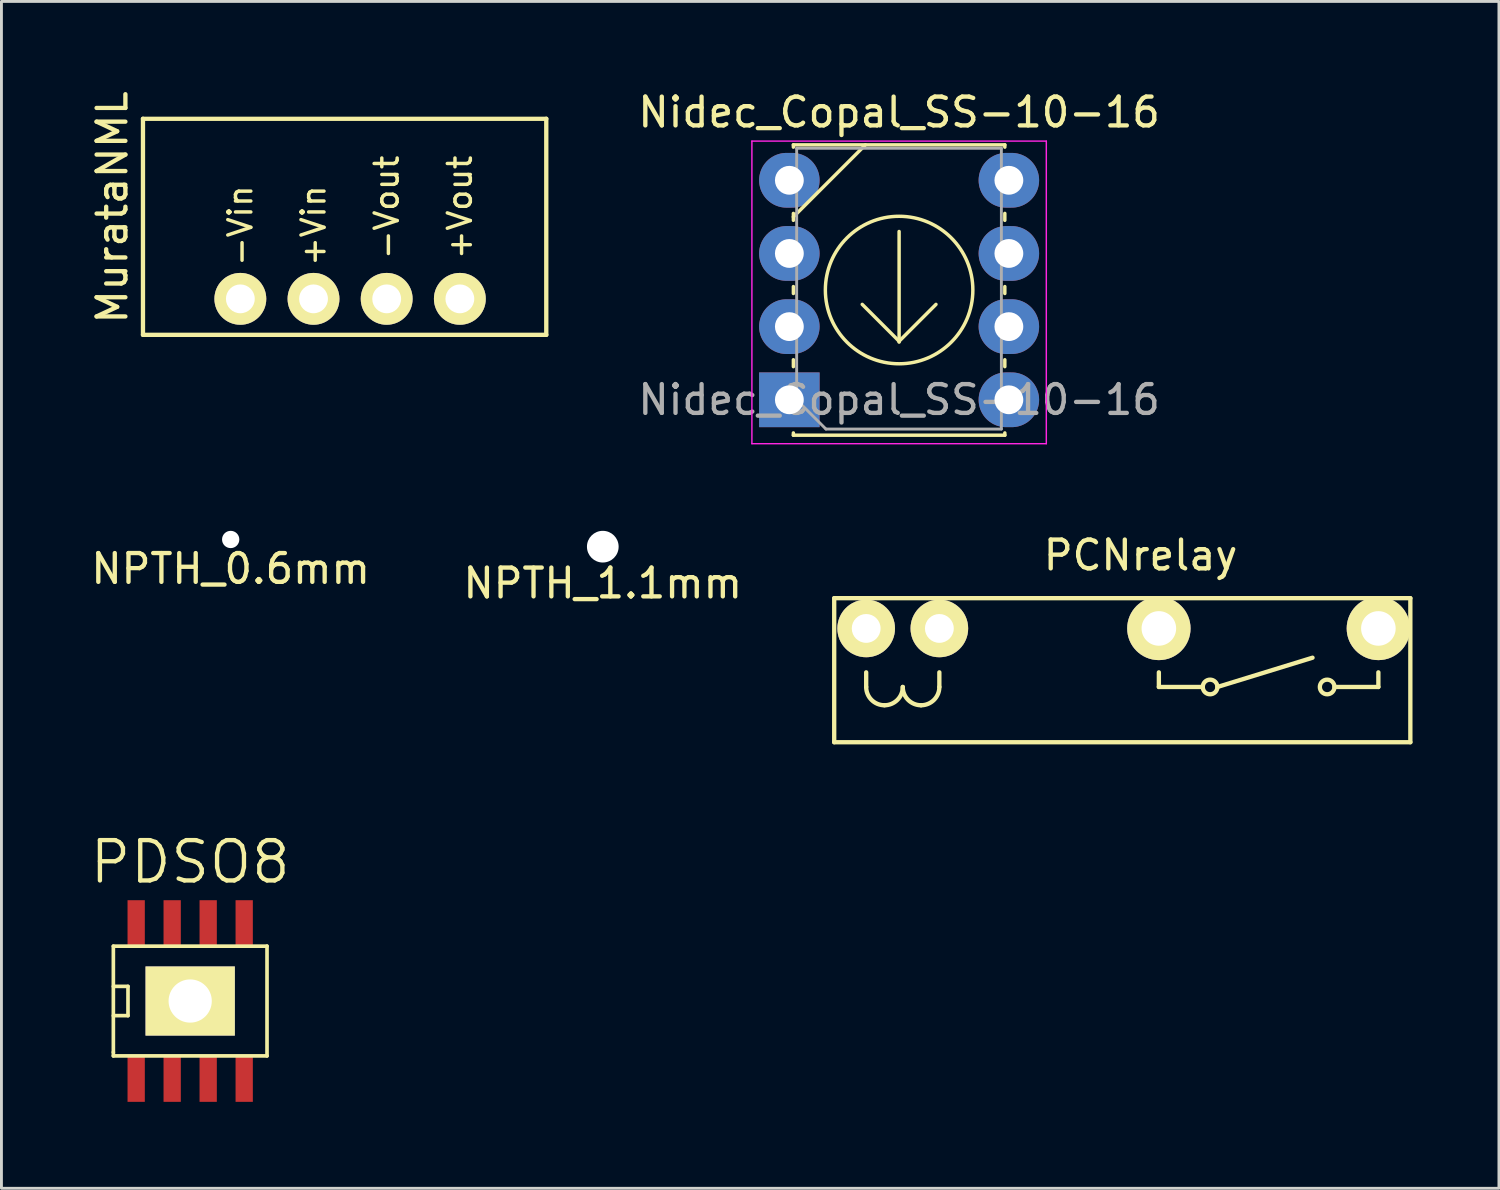
<source format=kicad_pcb>
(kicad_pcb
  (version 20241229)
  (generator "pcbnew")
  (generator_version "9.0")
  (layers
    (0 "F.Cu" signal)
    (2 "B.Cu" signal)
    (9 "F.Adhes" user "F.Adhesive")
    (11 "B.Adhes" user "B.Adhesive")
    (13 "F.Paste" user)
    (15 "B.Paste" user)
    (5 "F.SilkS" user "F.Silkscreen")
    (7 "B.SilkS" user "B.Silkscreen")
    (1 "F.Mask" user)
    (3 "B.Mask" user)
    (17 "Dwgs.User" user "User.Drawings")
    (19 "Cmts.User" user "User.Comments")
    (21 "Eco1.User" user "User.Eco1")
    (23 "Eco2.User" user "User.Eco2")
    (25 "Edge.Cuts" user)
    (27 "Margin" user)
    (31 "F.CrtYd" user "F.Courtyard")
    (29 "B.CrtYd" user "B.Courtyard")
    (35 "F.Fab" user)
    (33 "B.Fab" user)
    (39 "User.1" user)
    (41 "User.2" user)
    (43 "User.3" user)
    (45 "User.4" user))
  (footprint "PCNrelay"
    (layer "F.Cu")
    (at 27.018 18.765)
    (property "Reference" "PCNrelay" (at 9.525 -2.54 0) (layer "F.SilkS") (effects (font (size 1 1) (thickness 0.15))))
    (attr through_hole)
    (fp_line (start -1.11 -1.05) (end 18.89 -1.05) (stroke (width 0.15) (type solid)) (layer "F.SilkS"))
    (fp_line (start -1.11 3.95) (end -1.11 -1.05) (stroke (width 0.15) (type solid)) (layer "F.SilkS"))
    (fp_line (start 0 1.524) (end 0 2.032) (stroke (width 0.15) (type solid)) (layer "F.SilkS"))
    (fp_line (start 2.54 1.524) (end 2.54 2.032) (stroke (width 0.15) (type solid)) (layer "F.SilkS"))
    (fp_line (start 10.16 1.524) (end 10.16 2.032) (stroke (width 0.15) (type solid)) (layer "F.SilkS"))
    (fp_line (start 11.684 2.032) (end 10.16 2.032) (stroke (width 0.15) (type solid)) (layer "F.SilkS"))
    (fp_line (start 12.192 2.032) (end 15.494 1.016) (stroke (width 0.15) (type solid)) (layer "F.SilkS"))
    (fp_line (start 17.78 2.032) (end 16.256 2.032) (stroke (width 0.15) (type solid)) (layer "F.SilkS"))
    (fp_line (start 17.78 2.032) (end 17.78 1.524) (stroke (width 0.15) (type solid)) (layer "F.SilkS"))
    (fp_line (start 18.89 -1.05) (end 18.89 3.95) (stroke (width 0.15) (type solid)) (layer "F.SilkS"))
    (fp_line (start 18.89 3.95) (end -1.11 3.95) (stroke (width 0.15) (type solid)) (layer "F.SilkS"))
    (fp_arc (start 0.635 2.667) (mid 0.185987 2.481013) (end 0 2.032) (stroke (width 0.15) (type solid)) (layer "F.SilkS"))
    (fp_arc (start 1.27 2.032) (mid 1.084013 2.481013) (end 0.635 2.667) (stroke (width 0.15) (type solid)) (layer "F.SilkS"))
    (fp_arc (start 1.905 2.667) (mid 1.455987 2.481013) (end 1.27 2.032) (stroke (width 0.15) (type solid)) (layer "F.SilkS"))
    (fp_arc (start 2.54 2.032) (mid 2.354013 2.481013) (end 1.905 2.667) (stroke (width 0.15) (type solid)) (layer "F.SilkS"))
    (fp_circle (center 11.938 2.032) (end 12.192 2.032) (stroke (width 0.15) (type solid)) (fill no) (layer "F.SilkS"))
    (fp_circle (center 16.002 2.032) (end 15.748 2.032) (stroke (width 0.15) (type solid)) (fill no) (layer "F.SilkS"))
    (pad "1" thru_hole circle (at 0 0) (size 2 2) (drill 1) (layers "*.Cu" "*.Mask" "F.SilkS"))
    (pad "2" thru_hole circle (at 2.54 0) (size 2 2) (drill 1) (layers "*.Cu" "*.Mask" "F.SilkS"))
    (pad "3" thru_hole circle (at 10.16 0) (size 2.2 2.2) (drill 1.2) (layers "*.Cu" "*.Mask" "F.SilkS"))
    (pad "4" thru_hole circle (at 17.78 0) (size 2.2 2.2) (drill 1.2) (layers "*.Cu" "*.Mask" "F.SilkS")))
  (footprint "Nidec_Copal_SS-10-16"
    (layer "F.Cu")
    (at 24.351 3.208)
    (property "Reference" "Nidec_Copal_SS-10-16" (at 3.81 -2.36 0) (layer "F.SilkS") (effects (font (size 1 1) (thickness 0.15))))
    (attr through_hole)
    (fp_line (start 0.14 -1.23) (end 7.48 -1.23) (stroke (width 0.12) (type solid)) (layer "F.SilkS"))
    (fp_line (start 0.14 -1.15) (end 0.14 -1.23) (stroke (width 0.12) (type solid)) (layer "F.SilkS"))
    (fp_line (start 0.14 1.15) (end 0.14 1.39) (stroke (width 0.12) (type solid)) (layer "F.SilkS"))
    (fp_line (start 0.14 1.27) (end 2.64 -1.23) (stroke (width 0.12) (type solid)) (layer "F.SilkS"))
    (fp_line (start 0.14 3.69) (end 0.14 3.93) (stroke (width 0.12) (type solid)) (layer "F.SilkS"))
    (fp_line (start 0.14 6.23) (end 0.14 6.47) (stroke (width 0.12) (type solid)) (layer "F.SilkS"))
    (fp_line (start 0.14 8.85) (end 0.14 8.77) (stroke (width 0.12) (type solid)) (layer "F.SilkS"))
    (fp_line (start 0.14 8.85) (end 7.48 8.85) (stroke (width 0.12) (type solid)) (layer "F.SilkS"))
    (fp_line (start 2.53 4.308) (end 3.81 5.588) (stroke (width 0.12) (type solid)) (layer "F.SilkS"))
    (fp_line (start 3.81 1.778) (end 3.81 5.618) (stroke (width 0.12) (type solid)) (layer "F.SilkS"))
    (fp_line (start 3.81 5.588) (end 5.09 4.308) (stroke (width 0.12) (type solid)) (layer "F.SilkS"))
    (fp_line (start 7.48 -1.23) (end 7.48 -1.15) (stroke (width 0.12) (type solid)) (layer "F.SilkS"))
    (fp_line (start 7.48 1.15) (end 7.48 1.39) (stroke (width 0.12) (type solid)) (layer "F.SilkS"))
    (fp_line (start 7.48 3.69) (end 7.48 3.93) (stroke (width 0.12) (type solid)) (layer "F.SilkS"))
    (fp_line (start 7.48 6.47) (end 7.48 6.23) (stroke (width 0.12) (type solid)) (layer "F.SilkS"))
    (fp_line (start 7.48 8.85) (end 7.48 8.77) (stroke (width 0.12) (type solid)) (layer "F.SilkS"))
    (fp_circle (center 3.81 3.81) (end 6.37 3.81) (stroke (width 0.12) (type solid)) (fill no) (layer "F.SilkS"))
    (fp_line (start -1.3 -1.36) (end -1.3 9.144) (stroke (width 0.05) (type solid)) (layer "F.CrtYd"))
    (fp_line (start -1.3 9.144) (end 8.92 9.144) (stroke (width 0.05) (type solid)) (layer "F.CrtYd"))
    (fp_line (start 8.92 -1.36) (end -1.3 -1.36) (stroke (width 0.05) (type solid)) (layer "F.CrtYd"))
    (fp_line (start 8.92 9.144) (end 8.92 -1.36) (stroke (width 0.05) (type solid)) (layer "F.CrtYd"))
    (fp_line (start 0.254 -1.11) (end 7.36 -1.11) (stroke (width 0.1) (type solid)) (layer "F.Fab"))
    (fp_line (start 0.254 7.62) (end 0.254 -1.11) (stroke (width 0.1) (type solid)) (layer "F.Fab"))
    (fp_line (start 1.27 8.636) (end 0.254 7.62) (stroke (width 0.1) (type solid)) (layer "F.Fab"))
    (fp_line (start 7.36 -1.11) (end 7.36 8.636) (stroke (width 0.1) (type solid)) (layer "F.Fab"))
    (fp_line (start 7.36 8.636) (end 1.27 8.636) (stroke (width 0.1) (type solid)) (layer "F.Fab"))
    (fp_text user "${REFERENCE}" (at 3.81 7.62 0) (layer "F.Fab") (effects (font (size 1 1) (thickness 0.15))))
    (pad "1" thru_hole rect (at 0 7.62) (size 2.1 1.9) (drill 1) (layers "*.Cu" "*.Mask"))
    (pad "2" thru_hole oval (at 0 5.08) (size 2.1 1.9) (drill 1) (layers "*.Cu" "*.Mask"))
    (pad "3" thru_hole oval (at 0 2.54) (size 2.1 1.9) (drill 1) (layers "*.Cu" "*.Mask"))
    (pad "4" thru_hole oval (at 0 0) (size 2.1 1.9) (drill 1) (layers "*.Cu" "*.Mask"))
    (pad "5" thru_hole oval (at 7.62 7.62) (size 2.1 1.9) (drill 1) (layers "*.Cu" "*.Mask"))
    (pad "6" thru_hole oval (at 7.62 5.08) (size 2.1 1.9) (drill 1) (layers "*.Cu" "*.Mask"))
    (pad "7" thru_hole oval (at 7.62 2.54) (size 2.1 1.9) (drill 1) (layers "*.Cu" "*.Mask"))
    (pad "8" thru_hole oval (at 7.62 0) (size 2.1 1.9) (drill 1) (layers "*.Cu" "*.Mask")))
  (footprint "NPTH_0.6mm"
    (layer "F.Cu")
    (at 4.958 15.677)
    (property "Reference" "NPTH_0.6mm" (at 0 1.016 0) (layer "F.SilkS") (effects (font (size 1 1) (thickness 0.15))))
    (attr through_hole)
    (pad "" np_thru_hole circle (at 0 0) (size 0.6 0.6) (drill 0.6) (layers "*.Cu" "*.Mask")))
  (footprint "NPTH_1.1mm"
    (layer "F.Cu")
    (at 17.875 15.927)
    (property "Reference" "NPTH_1.1mm" (at 0 1.27 0) (layer "F.SilkS") (effects (font (size 1 1) (thickness 0.15))))
    (attr through_hole)
    (pad "" np_thru_hole circle (at 0 0) (size 1.1 1.1) (drill 1.1) (layers "*.Cu" "*.Mask")))
  (footprint "MurataNML"
    (layer "F.Cu")
    (at 9.103 7.324)
    (property "Reference" "MurataNML" (at -8.255 -3.175 90) (layer "F.SilkS") (effects (font (size 1 1) (thickness 0.15))))
    (attr through_hole)
    (fp_line (start -7.19 -6.25) (end -7.19 1.25) (stroke (width 0.15) (type solid)) (layer "F.SilkS"))
    (fp_line (start -7.19 -6.25) (end 6.81 -6.25) (stroke (width 0.15) (type solid)) (layer "F.SilkS"))
    (fp_line (start -7.19 1.25) (end 6.81 1.25) (stroke (width 0.15) (type solid)) (layer "F.SilkS"))
    (fp_line (start 6.81 1.25) (end 6.81 -6.25) (stroke (width 0.15) (type solid)) (layer "F.SilkS"))
    (fp_text user "+Vin" (at -1.27 -2.54 90) (layer "F.SilkS") (effects (font (size 0.8 0.8) (thickness 0.12))))
    (fp_text user "+Vout" (at 3.81 -3.175 90) (layer "F.SilkS") (effects (font (size 0.8 0.8) (thickness 0.12))))
    (fp_text user "-Vout" (at 1.27 -3.175 90) (layer "F.SilkS") (effects (font (size 0.8 0.8) (thickness 0.12))))
    (fp_text user "-Vin" (at -3.81 -2.54 90) (layer "F.SilkS") (effects (font (size 0.8 0.8) (thickness 0.12))))
    (pad "1" thru_hole circle (at -3.81 0) (size 1.8 1.8) (drill 1) (layers "*.Cu" "*.Mask" "F.SilkS"))
    (pad "2" thru_hole circle (at -1.27 0) (size 1.8 1.8) (drill 1) (layers "*.Cu" "*.Mask" "F.SilkS"))
    (pad "3" thru_hole circle (at 1.27 0) (size 1.8 1.8) (drill 1) (layers "*.Cu" "*.Mask" "F.SilkS"))
    (pad "4" thru_hole circle (at 3.81 0) (size 1.8 1.8) (drill 1) (layers "*.Cu" "*.Mask" "F.SilkS")))
  (footprint "PDSO8"
    (layer "F.Cu")
    (at 3.552 31.699)
    (property "Reference" "PDSO8" (at 0 -4.826 0) (layer "F.SilkS") (effects (font (size 1.4 1.4) (thickness 0.15))))
    (attr smd)
    (fp_line (start -2.667 -1.905) (end -2.667 1.778) (stroke (width 0.127) (type solid)) (layer "F.SilkS"))
    (fp_line (start -2.667 -0.508) (end -2.159 -0.508) (stroke (width 0.127) (type solid)) (layer "F.SilkS"))
    (fp_line (start -2.667 1.778) (end -2.667 1.905) (stroke (width 0.127) (type solid)) (layer "F.SilkS"))
    (fp_line (start -2.667 1.905) (end 2.667 1.905) (stroke (width 0.127) (type solid)) (layer "F.SilkS"))
    (fp_line (start -2.159 -0.508) (end -2.159 0.508) (stroke (width 0.127) (type solid)) (layer "F.SilkS"))
    (fp_line (start -2.159 0.508) (end -2.667 0.508) (stroke (width 0.127) (type solid)) (layer "F.SilkS"))
    (fp_line (start 2.667 -1.905) (end -2.667 -1.905) (stroke (width 0.127) (type solid)) (layer "F.SilkS"))
    (fp_line (start 2.667 -1.905) (end 2.667 1.905) (stroke (width 0.127) (type solid)) (layer "F.SilkS"))
    (pad "1" smd rect (at -1.875 2.7) (size 0.6 1.6) (layers "F.Cu" "F.Mask" "F.Paste"))
    (pad "2" smd rect (at -0.625 2.7) (size 0.6 1.6) (layers "F.Cu" "F.Mask" "F.Paste"))
    (pad "3" smd rect (at 0.625 2.7) (size 0.6 1.6) (layers "F.Cu" "F.Mask" "F.Paste"))
    (pad "4" smd rect (at 1.875 2.7) (size 0.6 1.6) (layers "F.Cu" "F.Mask" "F.Paste"))
    (pad "5" smd rect (at 1.875 -2.7) (size 0.6 1.6) (layers "F.Cu" "F.Mask" "F.Paste"))
    (pad "6" smd rect (at 0.625 -2.7) (size 0.6 1.6) (layers "F.Cu" "F.Mask" "F.Paste"))
    (pad "7" smd rect (at -0.625 -2.7) (size 0.6 1.6) (layers "F.Cu" "F.Mask" "F.Paste"))
    (pad "8" smd rect (at -1.875 -2.7) (size 0.6 1.6) (layers "F.Cu" "F.Mask" "F.Paste"))
    (pad "9" thru_hole rect (at 0 0) (size 3.1 2.4) (drill 1.5) (layers "*.Cu" "*.Mask" "F.SilkS")))
  (gr_rect
    (start -3 -3)
    (end 48.983 38.199)
    (stroke (width 0.1) (type default))
    (fill no)
    (layer "Edge.Cuts")))
</source>
